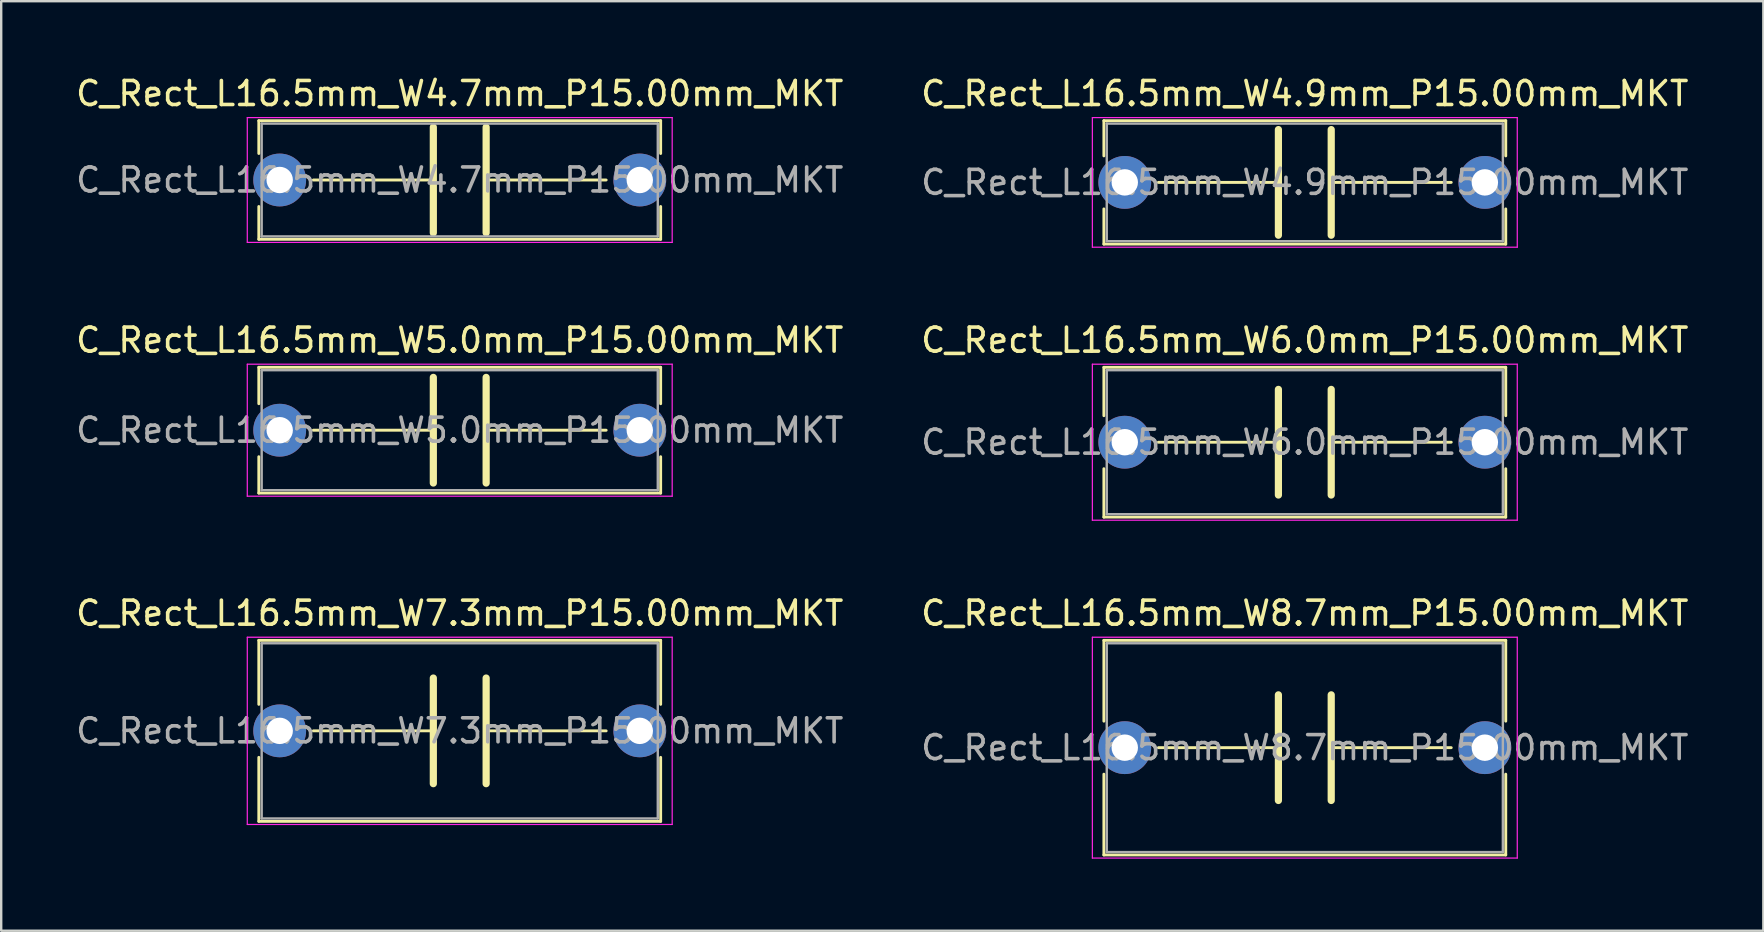
<source format=kicad_pcb>
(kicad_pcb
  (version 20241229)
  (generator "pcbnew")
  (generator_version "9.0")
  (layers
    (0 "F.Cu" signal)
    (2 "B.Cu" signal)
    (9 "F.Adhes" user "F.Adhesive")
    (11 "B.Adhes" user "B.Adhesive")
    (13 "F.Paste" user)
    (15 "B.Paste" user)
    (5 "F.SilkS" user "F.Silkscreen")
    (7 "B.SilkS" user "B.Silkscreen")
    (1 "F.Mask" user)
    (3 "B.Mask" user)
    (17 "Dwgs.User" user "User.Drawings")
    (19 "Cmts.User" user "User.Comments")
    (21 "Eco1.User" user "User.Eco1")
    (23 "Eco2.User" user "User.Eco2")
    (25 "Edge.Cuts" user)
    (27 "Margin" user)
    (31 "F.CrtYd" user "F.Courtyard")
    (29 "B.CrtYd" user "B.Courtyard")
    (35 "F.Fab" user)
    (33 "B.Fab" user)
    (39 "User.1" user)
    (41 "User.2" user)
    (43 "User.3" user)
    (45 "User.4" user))
  (footprint "C_Rect_L16.5mm_W4.7mm_P15.00mm_MKT"
    (layer "F.Cu")
    (at 8.601 4.448)
    (property "Reference" "C_Rect_L16.5mm_W4.7mm_P15.00mm_MKT" (at 7.5 -3.6 0) (layer "F.SilkS") (effects (font (size 1 1) (thickness 0.15))))
    (attr through_hole)
    (fp_line (start -0.87 -2.47) (end -0.87 -1.104) (stroke (width 0.12) (type solid)) (layer "F.SilkS"))
    (fp_line (start -0.87 -2.47) (end 15.87 -2.47) (stroke (width 0.12) (type solid)) (layer "F.SilkS"))
    (fp_line (start -0.87 1.104) (end -0.87 2.47) (stroke (width 0.12) (type solid)) (layer "F.SilkS"))
    (fp_line (start -0.87 2.47) (end 15.87 2.47) (stroke (width 0.12) (type solid)) (layer "F.SilkS"))
    (fp_line (start 1.4 0) (end 6.4 0) (stroke (width 0.12) (type solid)) (layer "F.SilkS"))
    (fp_line (start 6.4 -2.2) (end 6.4 2.2) (stroke (width 0.3) (type solid)) (layer "F.SilkS"))
    (fp_line (start 8.6 -2.2) (end 8.6 2.2) (stroke (width 0.3) (type solid)) (layer "F.SilkS"))
    (fp_line (start 8.6 0) (end 13.6 0) (stroke (width 0.12) (type solid)) (layer "F.SilkS"))
    (fp_line (start 15.87 -2.47) (end 15.87 -1.104) (stroke (width 0.12) (type solid)) (layer "F.SilkS"))
    (fp_line (start 15.87 1.104) (end 15.87 2.47) (stroke (width 0.12) (type solid)) (layer "F.SilkS"))
    (fp_line (start -1.35 -2.6) (end -1.35 2.6) (stroke (width 0.05) (type solid)) (layer "F.CrtYd"))
    (fp_line (start -1.35 2.6) (end 16.35 2.6) (stroke (width 0.05) (type solid)) (layer "F.CrtYd"))
    (fp_line (start 16.35 -2.6) (end -1.35 -2.6) (stroke (width 0.05) (type solid)) (layer "F.CrtYd"))
    (fp_line (start 16.35 2.6) (end 16.35 -2.6) (stroke (width 0.05) (type solid)) (layer "F.CrtYd"))
    (fp_line (start -0.75 -2.35) (end -0.75 2.35) (stroke (width 0.1) (type solid)) (layer "F.Fab"))
    (fp_line (start -0.75 2.35) (end 15.75 2.35) (stroke (width 0.1) (type solid)) (layer "F.Fab"))
    (fp_line (start 15.75 -2.35) (end -0.75 -2.35) (stroke (width 0.1) (type solid)) (layer "F.Fab"))
    (fp_line (start 15.75 2.35) (end 15.75 -2.35) (stroke (width 0.1) (type solid)) (layer "F.Fab"))
    (fp_text user "${REFERENCE}" (at 7.5 0 0) (layer "F.Fab") (effects (font (size 1 1) (thickness 0.15))))
    (pad "1" thru_hole circle (at 0 0) (size 2.2 2.2) (drill 1.1) (layers "*.Cu" "*.Mask"))
    (pad "2" thru_hole circle (at 15 0) (size 2.2 2.2) (drill 1.1) (layers "*.Cu" "*.Mask")))
  (footprint "C_Rect_L16.5mm_W4.9mm_P15.00mm_MKT"
    (layer "F.Cu")
    (at 43.804 4.548)
    (property "Reference" "C_Rect_L16.5mm_W4.9mm_P15.00mm_MKT" (at 7.5 -3.7 0) (layer "F.SilkS") (effects (font (size 1 1) (thickness 0.15))))
    (attr through_hole)
    (fp_line (start -0.87 -2.571) (end -0.87 -1.104) (stroke (width 0.12) (type solid)) (layer "F.SilkS"))
    (fp_line (start -0.87 -2.571) (end 15.87 -2.571) (stroke (width 0.12) (type solid)) (layer "F.SilkS"))
    (fp_line (start -0.87 1.104) (end -0.87 2.571) (stroke (width 0.12) (type solid)) (layer "F.SilkS"))
    (fp_line (start -0.87 2.571) (end 15.87 2.571) (stroke (width 0.12) (type solid)) (layer "F.SilkS"))
    (fp_line (start 1.4 0) (end 6.4 0) (stroke (width 0.12) (type solid)) (layer "F.SilkS"))
    (fp_line (start 6.4 -2.2) (end 6.4 2.2) (stroke (width 0.3) (type solid)) (layer "F.SilkS"))
    (fp_line (start 8.6 -2.2) (end 8.6 2.2) (stroke (width 0.3) (type solid)) (layer "F.SilkS"))
    (fp_line (start 8.6 0) (end 13.6 0) (stroke (width 0.12) (type solid)) (layer "F.SilkS"))
    (fp_line (start 15.87 -2.571) (end 15.87 -1.104) (stroke (width 0.12) (type solid)) (layer "F.SilkS"))
    (fp_line (start 15.87 1.104) (end 15.87 2.571) (stroke (width 0.12) (type solid)) (layer "F.SilkS"))
    (fp_line (start -1.35 -2.7) (end -1.35 2.7) (stroke (width 0.05) (type solid)) (layer "F.CrtYd"))
    (fp_line (start -1.35 2.7) (end 16.35 2.7) (stroke (width 0.05) (type solid)) (layer "F.CrtYd"))
    (fp_line (start 16.35 -2.7) (end -1.35 -2.7) (stroke (width 0.05) (type solid)) (layer "F.CrtYd"))
    (fp_line (start 16.35 2.7) (end 16.35 -2.7) (stroke (width 0.05) (type solid)) (layer "F.CrtYd"))
    (fp_line (start -0.75 -2.45) (end -0.75 2.45) (stroke (width 0.1) (type solid)) (layer "F.Fab"))
    (fp_line (start -0.75 2.45) (end 15.75 2.45) (stroke (width 0.1) (type solid)) (layer "F.Fab"))
    (fp_line (start 15.75 -2.45) (end -0.75 -2.45) (stroke (width 0.1) (type solid)) (layer "F.Fab"))
    (fp_line (start 15.75 2.45) (end 15.75 -2.45) (stroke (width 0.1) (type solid)) (layer "F.Fab"))
    (fp_text user "${REFERENCE}" (at 7.5 0 0) (layer "F.Fab") (effects (font (size 1 1) (thickness 0.15))))
    (pad "1" thru_hole circle (at 0 0) (size 2.2 2.2) (drill 1.1) (layers "*.Cu" "*.Mask"))
    (pad "2" thru_hole circle (at 15 0) (size 2.2 2.2) (drill 1.1) (layers "*.Cu" "*.Mask")))
  (footprint "C_Rect_L16.5mm_W5.0mm_P15.00mm_MKT"
    (layer "F.Cu")
    (at 8.601 14.871)
    (property "Reference" "C_Rect_L16.5mm_W5.0mm_P15.00mm_MKT" (at 7.5 -3.75 0) (layer "F.SilkS") (effects (font (size 1 1) (thickness 0.15))))
    (attr through_hole)
    (fp_line (start -0.87 -2.62) (end -0.87 -1.104) (stroke (width 0.12) (type solid)) (layer "F.SilkS"))
    (fp_line (start -0.87 -2.62) (end 15.87 -2.62) (stroke (width 0.12) (type solid)) (layer "F.SilkS"))
    (fp_line (start -0.87 1.104) (end -0.87 2.62) (stroke (width 0.12) (type solid)) (layer "F.SilkS"))
    (fp_line (start -0.87 2.62) (end 15.87 2.62) (stroke (width 0.12) (type solid)) (layer "F.SilkS"))
    (fp_line (start 1.4 0) (end 6.4 0) (stroke (width 0.12) (type solid)) (layer "F.SilkS"))
    (fp_line (start 6.4 -2.2) (end 6.4 2.2) (stroke (width 0.3) (type solid)) (layer "F.SilkS"))
    (fp_line (start 8.6 -2.2) (end 8.6 2.2) (stroke (width 0.3) (type solid)) (layer "F.SilkS"))
    (fp_line (start 8.6 0) (end 13.6 0) (stroke (width 0.12) (type solid)) (layer "F.SilkS"))
    (fp_line (start 15.87 -2.62) (end 15.87 -1.104) (stroke (width 0.12) (type solid)) (layer "F.SilkS"))
    (fp_line (start 15.87 1.104) (end 15.87 2.62) (stroke (width 0.12) (type solid)) (layer "F.SilkS"))
    (fp_line (start -1.35 -2.75) (end -1.35 2.75) (stroke (width 0.05) (type solid)) (layer "F.CrtYd"))
    (fp_line (start -1.35 2.75) (end 16.35 2.75) (stroke (width 0.05) (type solid)) (layer "F.CrtYd"))
    (fp_line (start 16.35 -2.75) (end -1.35 -2.75) (stroke (width 0.05) (type solid)) (layer "F.CrtYd"))
    (fp_line (start 16.35 2.75) (end 16.35 -2.75) (stroke (width 0.05) (type solid)) (layer "F.CrtYd"))
    (fp_line (start -0.75 -2.5) (end -0.75 2.5) (stroke (width 0.1) (type solid)) (layer "F.Fab"))
    (fp_line (start -0.75 2.5) (end 15.75 2.5) (stroke (width 0.1) (type solid)) (layer "F.Fab"))
    (fp_line (start 15.75 -2.5) (end -0.75 -2.5) (stroke (width 0.1) (type solid)) (layer "F.Fab"))
    (fp_line (start 15.75 2.5) (end 15.75 -2.5) (stroke (width 0.1) (type solid)) (layer "F.Fab"))
    (fp_text user "${REFERENCE}" (at 7.5 0 0) (layer "F.Fab") (effects (font (size 1 1) (thickness 0.15))))
    (pad "1" thru_hole circle (at 0 0) (size 2.2 2.2) (drill 1.1) (layers "*.Cu" "*.Mask"))
    (pad "2" thru_hole circle (at 15 0) (size 2.2 2.2) (drill 1.1) (layers "*.Cu" "*.Mask")))
  (footprint "C_Rect_L16.5mm_W6.0mm_P15.00mm_MKT"
    (layer "F.Cu")
    (at 43.804 15.371)
    (property "Reference" "C_Rect_L16.5mm_W6.0mm_P15.00mm_MKT" (at 7.5 -4.25 0) (layer "F.SilkS") (effects (font (size 1 1) (thickness 0.15))))
    (attr through_hole)
    (fp_line (start -0.87 -3.12) (end -0.87 -1.104) (stroke (width 0.12) (type solid)) (layer "F.SilkS"))
    (fp_line (start -0.87 -3.12) (end 15.87 -3.12) (stroke (width 0.12) (type solid)) (layer "F.SilkS"))
    (fp_line (start -0.87 1.104) (end -0.87 3.12) (stroke (width 0.12) (type solid)) (layer "F.SilkS"))
    (fp_line (start -0.87 3.12) (end 15.87 3.12) (stroke (width 0.12) (type solid)) (layer "F.SilkS"))
    (fp_line (start 1.4 0) (end 6.4 0) (stroke (width 0.12) (type solid)) (layer "F.SilkS"))
    (fp_line (start 6.4 -2.2) (end 6.4 2.2) (stroke (width 0.3) (type solid)) (layer "F.SilkS"))
    (fp_line (start 8.6 -2.2) (end 8.6 2.2) (stroke (width 0.3) (type solid)) (layer "F.SilkS"))
    (fp_line (start 8.6 0) (end 13.6 0) (stroke (width 0.12) (type solid)) (layer "F.SilkS"))
    (fp_line (start 15.87 -3.12) (end 15.87 -1.104) (stroke (width 0.12) (type solid)) (layer "F.SilkS"))
    (fp_line (start 15.87 1.104) (end 15.87 3.12) (stroke (width 0.12) (type solid)) (layer "F.SilkS"))
    (fp_line (start -1.35 -3.25) (end -1.35 3.25) (stroke (width 0.05) (type solid)) (layer "F.CrtYd"))
    (fp_line (start -1.35 3.25) (end 16.35 3.25) (stroke (width 0.05) (type solid)) (layer "F.CrtYd"))
    (fp_line (start 16.35 -3.25) (end -1.35 -3.25) (stroke (width 0.05) (type solid)) (layer "F.CrtYd"))
    (fp_line (start 16.35 3.25) (end 16.35 -3.25) (stroke (width 0.05) (type solid)) (layer "F.CrtYd"))
    (fp_line (start -0.75 -3) (end -0.75 3) (stroke (width 0.1) (type solid)) (layer "F.Fab"))
    (fp_line (start -0.75 3) (end 15.75 3) (stroke (width 0.1) (type solid)) (layer "F.Fab"))
    (fp_line (start 15.75 -3) (end -0.75 -3) (stroke (width 0.1) (type solid)) (layer "F.Fab"))
    (fp_line (start 15.75 3) (end 15.75 -3) (stroke (width 0.1) (type solid)) (layer "F.Fab"))
    (fp_text user "${REFERENCE}" (at 7.5 0 0) (layer "F.Fab") (effects (font (size 1 1) (thickness 0.15))))
    (pad "1" thru_hole circle (at 0 0) (size 2.2 2.2) (drill 1.1) (layers "*.Cu" "*.Mask"))
    (pad "2" thru_hole circle (at 15 0) (size 2.2 2.2) (drill 1.1) (layers "*.Cu" "*.Mask")))
  (footprint "C_Rect_L16.5mm_W8.7mm_P15.00mm_MKT"
    (layer "F.Cu")
    (at 43.804 28.095)
    (property "Reference" "C_Rect_L16.5mm_W8.7mm_P15.00mm_MKT" (at 7.5 -5.6 0) (layer "F.SilkS") (effects (font (size 1 1) (thickness 0.15))))
    (attr through_hole)
    (fp_line (start -0.87 -4.47) (end -0.87 -1.104) (stroke (width 0.12) (type solid)) (layer "F.SilkS"))
    (fp_line (start -0.87 -4.47) (end 15.87 -4.47) (stroke (width 0.12) (type solid)) (layer "F.SilkS"))
    (fp_line (start -0.87 1.104) (end -0.87 4.47) (stroke (width 0.12) (type solid)) (layer "F.SilkS"))
    (fp_line (start -0.87 4.47) (end 15.87 4.47) (stroke (width 0.12) (type solid)) (layer "F.SilkS"))
    (fp_line (start 1.4 0) (end 6.4 0) (stroke (width 0.12) (type solid)) (layer "F.SilkS"))
    (fp_line (start 6.4 -2.2) (end 6.4 2.2) (stroke (width 0.3) (type solid)) (layer "F.SilkS"))
    (fp_line (start 8.6 -2.2) (end 8.6 2.2) (stroke (width 0.3) (type solid)) (layer "F.SilkS"))
    (fp_line (start 8.6 0) (end 13.6 0) (stroke (width 0.12) (type solid)) (layer "F.SilkS"))
    (fp_line (start 15.87 -4.47) (end 15.87 -1.104) (stroke (width 0.12) (type solid)) (layer "F.SilkS"))
    (fp_line (start 15.87 1.104) (end 15.87 4.47) (stroke (width 0.12) (type solid)) (layer "F.SilkS"))
    (fp_line (start -1.35 -4.6) (end -1.35 4.6) (stroke (width 0.05) (type solid)) (layer "F.CrtYd"))
    (fp_line (start -1.35 4.6) (end 16.35 4.6) (stroke (width 0.05) (type solid)) (layer "F.CrtYd"))
    (fp_line (start 16.35 -4.6) (end -1.35 -4.6) (stroke (width 0.05) (type solid)) (layer "F.CrtYd"))
    (fp_line (start 16.35 4.6) (end 16.35 -4.6) (stroke (width 0.05) (type solid)) (layer "F.CrtYd"))
    (fp_line (start -0.75 -4.35) (end -0.75 4.35) (stroke (width 0.1) (type solid)) (layer "F.Fab"))
    (fp_line (start -0.75 4.35) (end 15.75 4.35) (stroke (width 0.1) (type solid)) (layer "F.Fab"))
    (fp_line (start 15.75 -4.35) (end -0.75 -4.35) (stroke (width 0.1) (type solid)) (layer "F.Fab"))
    (fp_line (start 15.75 4.35) (end 15.75 -4.35) (stroke (width 0.1) (type solid)) (layer "F.Fab"))
    (fp_text user "${REFERENCE}" (at 7.5 0 0) (layer "F.Fab") (effects (font (size 1 1) (thickness 0.15))))
    (pad "1" thru_hole circle (at 0 0) (size 2.2 2.2) (drill 1.1) (layers "*.Cu" "*.Mask"))
    (pad "2" thru_hole circle (at 15 0) (size 2.2 2.2) (drill 1.1) (layers "*.Cu" "*.Mask")))
  (footprint "C_Rect_L16.5mm_W7.3mm_P15.00mm_MKT"
    (layer "F.Cu")
    (at 8.601 27.395)
    (property "Reference" "C_Rect_L16.5mm_W7.3mm_P15.00mm_MKT" (at 7.5 -4.9 0) (layer "F.SilkS") (effects (font (size 1 1) (thickness 0.15))))
    (attr through_hole)
    (fp_line (start -0.87 -3.77) (end -0.87 -1.104) (stroke (width 0.12) (type solid)) (layer "F.SilkS"))
    (fp_line (start -0.87 -3.77) (end 15.87 -3.77) (stroke (width 0.12) (type solid)) (layer "F.SilkS"))
    (fp_line (start -0.87 1.104) (end -0.87 3.77) (stroke (width 0.12) (type solid)) (layer "F.SilkS"))
    (fp_line (start -0.87 3.77) (end 15.87 3.77) (stroke (width 0.12) (type solid)) (layer "F.SilkS"))
    (fp_line (start 1.4 0) (end 6.4 0) (stroke (width 0.12) (type solid)) (layer "F.SilkS"))
    (fp_line (start 6.4 -2.2) (end 6.4 2.2) (stroke (width 0.3) (type solid)) (layer "F.SilkS"))
    (fp_line (start 8.6 -2.2) (end 8.6 2.2) (stroke (width 0.3) (type solid)) (layer "F.SilkS"))
    (fp_line (start 8.6 0) (end 13.6 0) (stroke (width 0.12) (type solid)) (layer "F.SilkS"))
    (fp_line (start 15.87 -3.77) (end 15.87 -1.104) (stroke (width 0.12) (type solid)) (layer "F.SilkS"))
    (fp_line (start 15.87 1.104) (end 15.87 3.77) (stroke (width 0.12) (type solid)) (layer "F.SilkS"))
    (fp_line (start -1.35 -3.9) (end -1.35 3.9) (stroke (width 0.05) (type solid)) (layer "F.CrtYd"))
    (fp_line (start -1.35 3.9) (end 16.35 3.9) (stroke (width 0.05) (type solid)) (layer "F.CrtYd"))
    (fp_line (start 16.35 -3.9) (end -1.35 -3.9) (stroke (width 0.05) (type solid)) (layer "F.CrtYd"))
    (fp_line (start 16.35 3.9) (end 16.35 -3.9) (stroke (width 0.05) (type solid)) (layer "F.CrtYd"))
    (fp_line (start -0.75 -3.65) (end -0.75 3.65) (stroke (width 0.1) (type solid)) (layer "F.Fab"))
    (fp_line (start -0.75 3.65) (end 15.75 3.65) (stroke (width 0.1) (type solid)) (layer "F.Fab"))
    (fp_line (start 15.75 -3.65) (end -0.75 -3.65) (stroke (width 0.1) (type solid)) (layer "F.Fab"))
    (fp_line (start 15.75 3.65) (end 15.75 -3.65) (stroke (width 0.1) (type solid)) (layer "F.Fab"))
    (fp_text user "${REFERENCE}" (at 7.5 0 0) (layer "F.Fab") (effects (font (size 1 1) (thickness 0.15))))
    (pad "1" thru_hole circle (at 0 0) (size 2.2 2.2) (drill 1.1) (layers "*.Cu" "*.Mask"))
    (pad "2" thru_hole circle (at 15 0) (size 2.2 2.2) (drill 1.1) (layers "*.Cu" "*.Mask")))
  (gr_rect
    (start -3 -3)
    (end 70.405 35.72)
    (stroke (width 0.1) (type default))
    (fill no)
    (layer "Edge.Cuts")))
</source>
